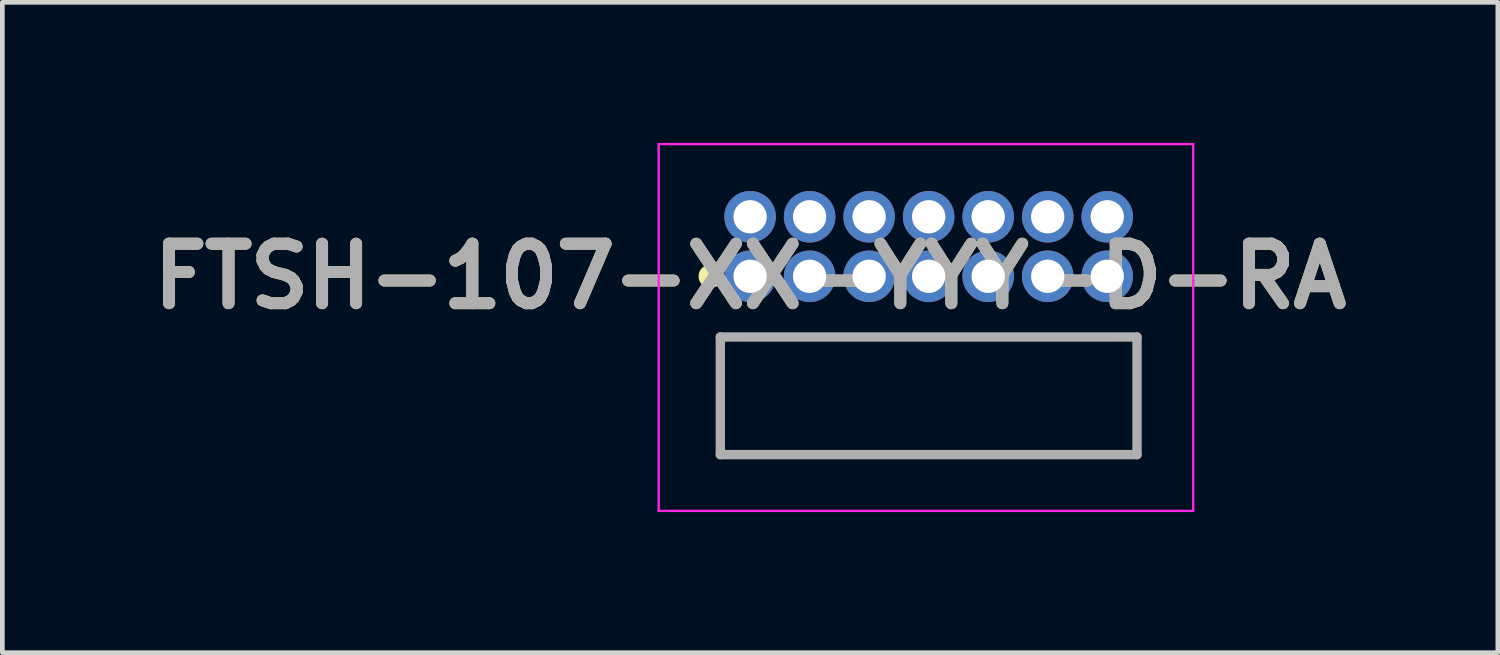
<source format=kicad_pcb>
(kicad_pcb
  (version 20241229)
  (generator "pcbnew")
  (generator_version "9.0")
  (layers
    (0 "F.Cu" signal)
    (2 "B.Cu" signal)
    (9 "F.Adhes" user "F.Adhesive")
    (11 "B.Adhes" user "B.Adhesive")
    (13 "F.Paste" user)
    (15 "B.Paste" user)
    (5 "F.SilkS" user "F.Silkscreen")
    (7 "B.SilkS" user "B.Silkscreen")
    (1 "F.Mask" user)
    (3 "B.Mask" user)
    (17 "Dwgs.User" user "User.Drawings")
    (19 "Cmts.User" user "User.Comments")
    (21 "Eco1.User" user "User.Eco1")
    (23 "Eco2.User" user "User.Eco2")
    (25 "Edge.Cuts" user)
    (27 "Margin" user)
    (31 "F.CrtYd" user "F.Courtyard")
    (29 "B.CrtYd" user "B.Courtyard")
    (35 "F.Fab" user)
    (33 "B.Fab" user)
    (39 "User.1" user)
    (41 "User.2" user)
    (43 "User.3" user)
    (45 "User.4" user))
  (footprint "FTSH-107-XX-YYY-D-RA"
    (layer "F.Cu")
    (at 12.954 2.845)
    (property "Reference" "FTSH-107-XX-YYY-D-RA" (at 0 0 0) (layer "F.SilkS") (effects (font (size 1.27 1.27) (thickness 0.254))))
    (attr through_hole)
    (fp_line (start -0.635 1.295) (end 8.255 1.295) (stroke (width 0.1) (type solid)) (layer "F.SilkS"))
    (fp_line (start -0.635 3.805) (end -0.635 1.295) (stroke (width 0.1) (type solid)) (layer "F.SilkS"))
    (fp_line (start 8.255 1.295) (end 8.255 3.805) (stroke (width 0.1) (type solid)) (layer "F.SilkS"))
    (fp_line (start 8.255 3.805) (end -0.635 3.805) (stroke (width 0.1) (type solid)) (layer "F.SilkS"))
    (fp_circle (center -0.85 0) (end -0.85 0.05) (stroke (width 0.2) (type solid)) (fill no) (layer "F.SilkS"))
    (fp_line (start -1.95 -2.82) (end 9.455 -2.82) (stroke (width 0.05) (type solid)) (layer "F.CrtYd"))
    (fp_line (start -1.95 5.005) (end -1.95 -2.82) (stroke (width 0.05) (type solid)) (layer "F.CrtYd"))
    (fp_line (start 9.455 -2.82) (end 9.455 5.005) (stroke (width 0.05) (type solid)) (layer "F.CrtYd"))
    (fp_line (start 9.455 5.005) (end -1.95 5.005) (stroke (width 0.05) (type solid)) (layer "F.CrtYd"))
    (fp_line (start -0.635 1.295) (end 8.255 1.295) (stroke (width 0.2) (type solid)) (layer "F.Fab"))
    (fp_line (start -0.635 3.805) (end -0.635 1.295) (stroke (width 0.2) (type solid)) (layer "F.Fab"))
    (fp_line (start 8.255 1.295) (end 8.255 3.805) (stroke (width 0.2) (type solid)) (layer "F.Fab"))
    (fp_line (start 8.255 3.805) (end -0.635 3.805) (stroke (width 0.2) (type solid)) (layer "F.Fab"))
    (fp_text user "${REFERENCE}" (at 0 0 0) (layer "F.Fab") (effects (font (size 1.27 1.27) (thickness 0.254))))
    (pad "1" thru_hole circle (at 0 0) (size 1.1 1.1) (drill 0.71) (layers "*.Cu" "*.Mask"))
    (pad "2" thru_hole circle (at 0 -1.27) (size 1.1 1.1) (drill 0.71) (layers "*.Cu" "*.Mask"))
    (pad "3" thru_hole circle (at 1.27 0) (size 1.1 1.1) (drill 0.71) (layers "*.Cu" "*.Mask"))
    (pad "4" thru_hole circle (at 1.27 -1.27) (size 1.1 1.1) (drill 0.71) (layers "*.Cu" "*.Mask"))
    (pad "5" thru_hole circle (at 2.54 0) (size 1.1 1.1) (drill 0.71) (layers "*.Cu" "*.Mask"))
    (pad "6" thru_hole circle (at 2.54 -1.27) (size 1.1 1.1) (drill 0.71) (layers "*.Cu" "*.Mask"))
    (pad "7" thru_hole circle (at 3.81 0) (size 1.1 1.1) (drill 0.71) (layers "*.Cu" "*.Mask"))
    (pad "8" thru_hole circle (at 3.81 -1.27) (size 1.1 1.1) (drill 0.71) (layers "*.Cu" "*.Mask"))
    (pad "9" thru_hole circle (at 5.08 0) (size 1.1 1.1) (drill 0.71) (layers "*.Cu" "*.Mask"))
    (pad "10" thru_hole circle (at 5.08 -1.27) (size 1.1 1.1) (drill 0.71) (layers "*.Cu" "*.Mask"))
    (pad "11" thru_hole circle (at 6.35 0) (size 1.1 1.1) (drill 0.71) (layers "*.Cu" "*.Mask"))
    (pad "12" thru_hole circle (at 6.35 -1.27) (size 1.1 1.1) (drill 0.71) (layers "*.Cu" "*.Mask"))
    (pad "13" thru_hole circle (at 7.62 0) (size 1.1 1.1) (drill 0.71) (layers "*.Cu" "*.Mask"))
    (pad "14" thru_hole circle (at 7.62 -1.27) (size 1.1 1.1) (drill 0.71) (layers "*.Cu" "*.Mask")))
  (gr_rect
    (start -3 -3)
    (end 28.908 10.875)
    (stroke (width 0.1) (type default))
    (fill no)
    (layer "Edge.Cuts")))
</source>
